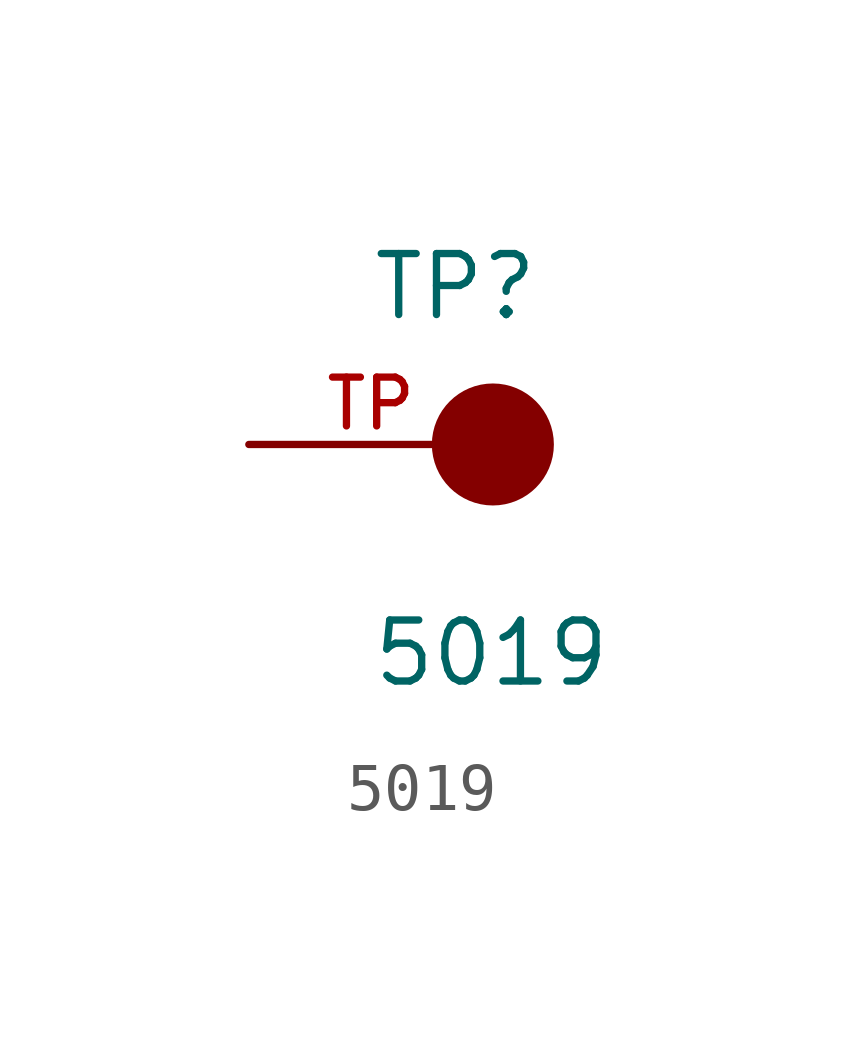
<source format=kicad_sym>
(kicad_symbol_lib
  (version 20211014)
  (generator kicad_symbol_editor)
  (symbol "5019"
    (pin_names
      (offset 1.016))
    (property "Reference" "TP"
      (at -2.544 2.541 0)
      (effects (font (size 1.27 1.27)) (justify bottom left)))
    (property "Value" "5019"
      (at -2.55 -5.087 0)
      (effects (font (size 1.27 1.27)) (justify bottom left)))
    (symbol "5019_0_0"
      (circle (center 0.0 0.0) (radius 0.635) (stroke (width 1.27)) (fill (type none)))
      (pin passive line (at -5.08 0.0 0) (length 5.08) (name "~" (effects (font (size 1.016 1.016)))) (number "TP" (effects (font (size 1.016 1.016))))))))
</source>
